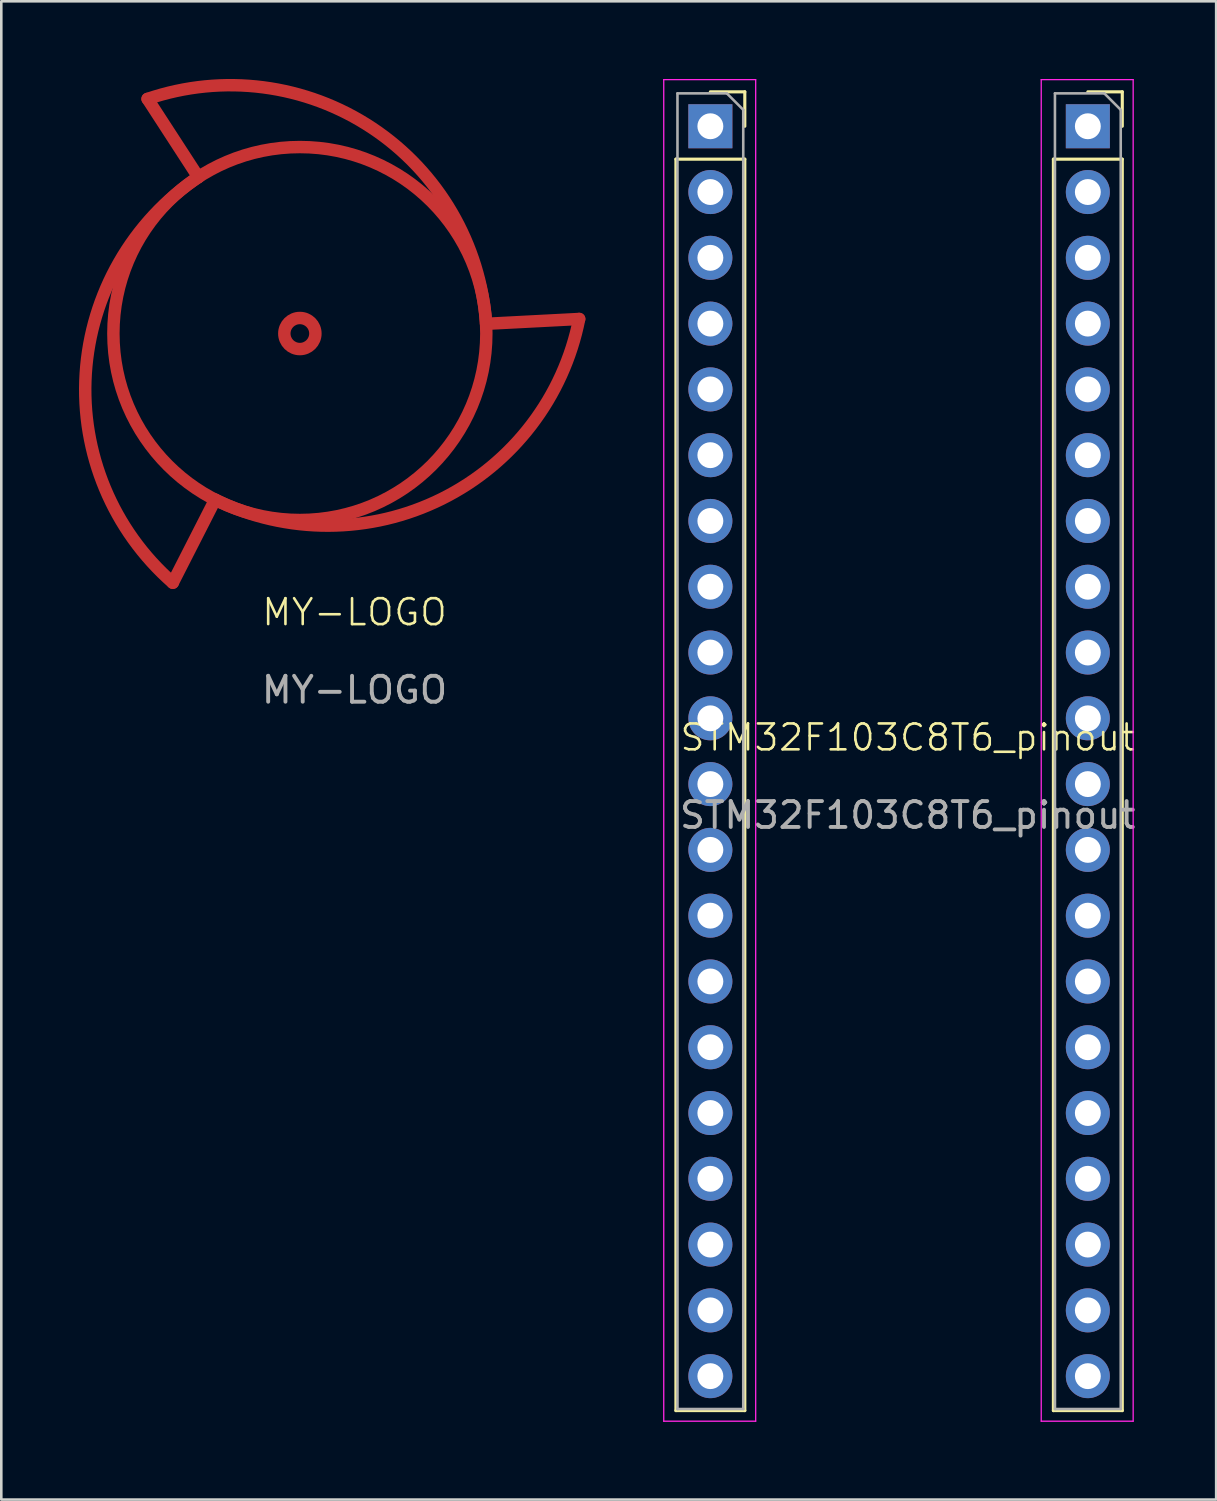
<source format=kicad_pcb>
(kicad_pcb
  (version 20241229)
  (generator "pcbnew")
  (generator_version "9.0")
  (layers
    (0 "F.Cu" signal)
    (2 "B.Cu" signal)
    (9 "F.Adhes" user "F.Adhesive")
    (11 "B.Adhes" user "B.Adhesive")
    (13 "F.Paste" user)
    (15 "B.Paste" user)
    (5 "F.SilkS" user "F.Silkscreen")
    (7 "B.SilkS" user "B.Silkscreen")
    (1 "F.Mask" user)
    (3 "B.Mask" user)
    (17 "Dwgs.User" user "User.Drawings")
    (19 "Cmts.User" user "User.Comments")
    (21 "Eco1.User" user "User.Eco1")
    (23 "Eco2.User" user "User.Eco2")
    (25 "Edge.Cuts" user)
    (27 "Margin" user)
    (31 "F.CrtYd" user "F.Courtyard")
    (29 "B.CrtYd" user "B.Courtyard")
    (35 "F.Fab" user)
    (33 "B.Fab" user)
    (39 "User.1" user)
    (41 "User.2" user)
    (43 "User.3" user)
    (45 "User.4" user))
  (footprint "MY-LOGO"
    (layer "F.Cu")
    (at 10.638 21.089)
    (property "Reference" "MY-LOGO" (at 0 -0.5 0) (unlocked yes) (layer "F.SilkS") (effects (font (size 1 1) (thickness 0.1))))
    (fp_line (start -7.99 -20.32) (end -6.03 -17.3) (stroke (width 0.48) (type solid)) (layer "F.Cu"))
    (fp_line (start -7.016 -1.639) (end -5.381 -4.846) (stroke (width 0.48) (type solid)) (layer "F.Cu"))
    (fp_line (start 8.675 -11.823) (end 5.08 -11.636) (stroke (width 0.48) (type solid)) (layer "F.Cu"))
    (fp_arc (start -7.989794 -20.32) (mid 0.682804 -19.194899) (end 5.08 -11.635503) (stroke (width 0.48) (type solid)) (layer "F.Cu"))
    (fp_arc (start -7.01604 -1.639213) (mid -10.377973 -9.712453) (end -6.029942 -17.300235) (stroke (width 0.48) (type solid)) (layer "F.Cu"))
    (fp_arc (start 8.675119 -11.822902) (mid 3.364454 -4.874762) (end -5.380773 -4.846377) (stroke (width 0.48) (type solid)) (layer "F.Cu"))
    (fp_circle (center -2.11 -11.261) (end -1.51 -11.261) (stroke (width 0.48) (type solid)) (fill no) (layer "F.Cu"))
    (fp_circle (center -2.11 -11.261) (end 5.09 -11.261) (stroke (width 0.48) (type solid)) (fill no) (layer "F.Cu"))
    (fp_line (start -7.99 -20.32) (end -6.03 -17.3) (stroke (width 0.48) (type solid)) (layer "F.Mask"))
    (fp_line (start -7.016 -1.639) (end -5.381 -4.846) (stroke (width 0.48) (type solid)) (layer "F.Mask"))
    (fp_line (start 8.675 -11.823) (end 5.08 -11.636) (stroke (width 0.48) (type solid)) (layer "F.Mask"))
    (fp_arc (start -7.989794 -20.32) (mid 0.682804 -19.194899) (end 5.08 -11.635503) (stroke (width 0.48) (type solid)) (layer "F.Mask"))
    (fp_arc (start -7.01604 -1.639213) (mid -10.377973 -9.712453) (end -6.029942 -17.300235) (stroke (width 0.48) (type solid)) (layer "F.Mask"))
    (fp_arc (start 8.675119 -11.822902) (mid 3.364454 -4.874762) (end -5.380773 -4.846377) (stroke (width 0.48) (type solid)) (layer "F.Mask"))
    (fp_circle (center -2.11 -11.261) (end -1.51 -11.261) (stroke (width 0.48) (type solid)) (fill no) (layer "F.Mask"))
    (fp_circle (center -2.11 -11.261) (end 5.09 -11.261) (stroke (width 0.48) (type solid)) (fill no) (layer "F.Mask"))
    (fp_text user "${REFERENCE}" (at 0 2.5 0) (unlocked yes) (layer "F.Fab") (effects (font (size 1 1) (thickness 0.15)))))
  (footprint "STM32F103C8T6_pinout"
    (layer "F.Cu")
    (at 31.998 25.425)
    (property "Reference" "STM32F103C8T6_pinout" (at 0 0 0) (unlocked yes) (layer "F.SilkS") (effects (font (size 1 1) (thickness 0.1))))
    (attr through_hole)
    (fp_line (start -8.95 -22.33) (end -8.95 25.99) (stroke (width 0.12) (type solid)) (layer "F.SilkS"))
    (fp_line (start -8.95 -22.33) (end -6.29 -22.33) (stroke (width 0.12) (type solid)) (layer "F.SilkS"))
    (fp_line (start -8.95 25.99) (end -6.29 25.99) (stroke (width 0.12) (type solid)) (layer "F.SilkS"))
    (fp_line (start -7.62 -24.93) (end -6.29 -24.93) (stroke (width 0.12) (type solid)) (layer "F.SilkS"))
    (fp_line (start -6.29 -24.93) (end -6.29 -23.6) (stroke (width 0.12) (type solid)) (layer "F.SilkS"))
    (fp_line (start -6.29 -22.33) (end -6.29 25.99) (stroke (width 0.12) (type solid)) (layer "F.SilkS"))
    (fp_line (start 5.625 -22.33) (end 5.625 25.99) (stroke (width 0.12) (type solid)) (layer "F.SilkS"))
    (fp_line (start 5.625 -22.33) (end 8.285 -22.33) (stroke (width 0.12) (type solid)) (layer "F.SilkS"))
    (fp_line (start 5.625 25.99) (end 8.285 25.99) (stroke (width 0.12) (type solid)) (layer "F.SilkS"))
    (fp_line (start 6.955 -24.93) (end 8.285 -24.93) (stroke (width 0.12) (type solid)) (layer "F.SilkS"))
    (fp_line (start 8.285 -24.93) (end 8.285 -23.6) (stroke (width 0.12) (type solid)) (layer "F.SilkS"))
    (fp_line (start 8.285 -22.33) (end 8.285 25.99) (stroke (width 0.12) (type solid)) (layer "F.SilkS"))
    (fp_line (start -9.42 -25.4) (end -5.87 -25.4) (stroke (width 0.05) (type solid)) (layer "F.CrtYd"))
    (fp_line (start -9.42 26.4) (end -9.42 -25.4) (stroke (width 0.05) (type solid)) (layer "F.CrtYd"))
    (fp_line (start -5.87 -25.4) (end -5.87 26.4) (stroke (width 0.05) (type solid)) (layer "F.CrtYd"))
    (fp_line (start -5.87 26.4) (end -9.42 26.4) (stroke (width 0.05) (type solid)) (layer "F.CrtYd"))
    (fp_line (start 5.155 -25.4) (end 8.705 -25.4) (stroke (width 0.05) (type solid)) (layer "F.CrtYd"))
    (fp_line (start 5.155 26.4) (end 5.155 -25.4) (stroke (width 0.05) (type solid)) (layer "F.CrtYd"))
    (fp_line (start 8.705 -25.4) (end 8.705 26.4) (stroke (width 0.05) (type solid)) (layer "F.CrtYd"))
    (fp_line (start 8.705 26.4) (end 5.155 26.4) (stroke (width 0.05) (type solid)) (layer "F.CrtYd"))
    (fp_line (start -8.89 -24.87) (end -6.985 -24.87) (stroke (width 0.1) (type solid)) (layer "F.Fab"))
    (fp_line (start -8.89 25.93) (end -8.89 -24.87) (stroke (width 0.1) (type solid)) (layer "F.Fab"))
    (fp_line (start -6.985 -24.87) (end -6.35 -24.235) (stroke (width 0.1) (type solid)) (layer "F.Fab"))
    (fp_line (start -6.35 -24.235) (end -6.35 25.93) (stroke (width 0.1) (type solid)) (layer "F.Fab"))
    (fp_line (start -6.35 25.93) (end -8.89 25.93) (stroke (width 0.1) (type solid)) (layer "F.Fab"))
    (fp_line (start 5.685 -24.87) (end 7.59 -24.87) (stroke (width 0.1) (type solid)) (layer "F.Fab"))
    (fp_line (start 5.685 25.93) (end 5.685 -24.87) (stroke (width 0.1) (type solid)) (layer "F.Fab"))
    (fp_line (start 7.59 -24.87) (end 8.225 -24.235) (stroke (width 0.1) (type solid)) (layer "F.Fab"))
    (fp_line (start 8.225 -24.235) (end 8.225 25.93) (stroke (width 0.1) (type solid)) (layer "F.Fab"))
    (fp_line (start 8.225 25.93) (end 5.685 25.93) (stroke (width 0.1) (type solid)) (layer "F.Fab"))
    (fp_text user "${REFERENCE}" (at 0 3 0) (unlocked yes) (layer "F.Fab") (effects (font (size 1 1) (thickness 0.15))))
    (pad "1" thru_hole oval (at 6.955 24.66) (size 1.7 1.7) (drill 1) (layers "*.Cu" "*.Mask"))
    (pad "2" thru_hole oval (at 6.955 22.12) (size 1.7 1.7) (drill 1) (layers "*.Cu" "*.Mask"))
    (pad "3" thru_hole oval (at 6.955 19.58) (size 1.7 1.7) (drill 1) (layers "*.Cu" "*.Mask"))
    (pad "4" thru_hole oval (at 6.955 17.04) (size 1.7 1.7) (drill 1) (layers "*.Cu" "*.Mask"))
    (pad "5" thru_hole oval (at -7.62 24.66) (size 1.7 1.7) (drill 1) (layers "*.Cu" "*.Mask"))
    (pad "6" thru_hole oval (at 6.955 -18.52) (size 1.7 1.7) (drill 1) (layers "*.Cu" "*.Mask"))
    (pad "7" thru_hole oval (at 6.955 -15.98) (size 1.7 1.7) (drill 1) (layers "*.Cu" "*.Mask"))
    (pad "8" thru_hole oval (at -7.62 19.58) (size 1.7 1.7) (drill 1) (layers "*.Cu" "*.Mask"))
    (pad "9" thru_hole oval (at -7.62 22.12) (size 1.7 1.7) (drill 1) (layers "*.Cu" "*.Mask"))
    (pad "10" thru_hole oval (at 6.955 14.5) (size 1.7 1.7) (drill 1) (layers "*.Cu" "*.Mask"))
    (pad "11" thru_hole oval (at 6.955 11.96) (size 1.7 1.7) (drill 1) (layers "*.Cu" "*.Mask"))
    (pad "12" thru_hole oval (at 6.955 9.42) (size 1.7 1.7) (drill 1) (layers "*.Cu" "*.Mask"))
    (pad "13" thru_hole oval (at 6.955 6.88) (size 1.7 1.7) (drill 1) (layers "*.Cu" "*.Mask"))
    (pad "14" thru_hole oval (at 6.955 4.34) (size 1.7 1.7) (drill 1) (layers "*.Cu" "*.Mask"))
    (pad "15" thru_hole oval (at 6.955 1.8) (size 1.7 1.7) (drill 1) (layers "*.Cu" "*.Mask"))
    (pad "16" thru_hole oval (at 6.955 -0.74) (size 1.7 1.7) (drill 1) (layers "*.Cu" "*.Mask"))
    (pad "17" thru_hole oval (at 6.955 -3.28) (size 1.7 1.7) (drill 1) (layers "*.Cu" "*.Mask"))
    (pad "18" thru_hole oval (at 6.955 -5.82) (size 1.7 1.7) (drill 1) (layers "*.Cu" "*.Mask"))
    (pad "19" thru_hole oval (at 6.955 -8.36) (size 1.7 1.7) (drill 1) (layers "*.Cu" "*.Mask"))
    (pad "20" thru_hole oval (at 6.955 -21.06) (size 1.7 1.7) (drill 1) (layers "*.Cu" "*.Mask"))
    (pad "21" thru_hole oval (at 6.955 -10.9) (size 1.7 1.7) (drill 1) (layers "*.Cu" "*.Mask"))
    (pad "22" thru_hole oval (at 6.955 -13.44) (size 1.7 1.7) (drill 1) (layers "*.Cu" "*.Mask"))
    (pad "23" thru_hole rect (at 6.955 -23.6) (size 1.7 1.7) (drill 1) (layers "*.Cu" "*.Mask"))
    (pad "25" thru_hole rect (at -7.62 -23.6) (size 1.7 1.7) (drill 1) (layers "*.Cu" "*.Mask"))
    (pad "26" thru_hole oval (at -7.62 -21.06) (size 1.7 1.7) (drill 1) (layers "*.Cu" "*.Mask"))
    (pad "27" thru_hole oval (at -7.62 -18.52) (size 1.7 1.7) (drill 1) (layers "*.Cu" "*.Mask"))
    (pad "28" thru_hole oval (at -7.62 -15.98) (size 1.7 1.7) (drill 1) (layers "*.Cu" "*.Mask"))
    (pad "29" thru_hole oval (at -7.62 -13.44) (size 1.7 1.7) (drill 1) (layers "*.Cu" "*.Mask"))
    (pad "30" thru_hole oval (at -7.62 -10.9) (size 1.7 1.7) (drill 1) (layers "*.Cu" "*.Mask"))
    (pad "31" thru_hole oval (at -7.62 -8.36) (size 1.7 1.7) (drill 1) (layers "*.Cu" "*.Mask"))
    (pad "32" thru_hole oval (at -7.62 -5.82) (size 1.7 1.7) (drill 1) (layers "*.Cu" "*.Mask"))
    (pad "33" thru_hole oval (at -7.62 -3.28) (size 1.7 1.7) (drill 1) (layers "*.Cu" "*.Mask"))
    (pad "38" thru_hole oval (at -7.62 -0.74) (size 1.7 1.7) (drill 1) (layers "*.Cu" "*.Mask"))
    (pad "39" thru_hole oval (at -7.62 1.8) (size 1.7 1.7) (drill 1) (layers "*.Cu" "*.Mask"))
    (pad "40" thru_hole oval (at -7.62 4.34) (size 1.7 1.7) (drill 1) (layers "*.Cu" "*.Mask"))
    (pad "41" thru_hole oval (at -7.62 6.88) (size 1.7 1.7) (drill 1) (layers "*.Cu" "*.Mask"))
    (pad "42" thru_hole oval (at -7.62 9.42) (size 1.7 1.7) (drill 1) (layers "*.Cu" "*.Mask"))
    (pad "43" thru_hole oval (at -7.62 11.96) (size 1.7 1.7) (drill 1) (layers "*.Cu" "*.Mask"))
    (pad "45" thru_hole oval (at -7.62 14.5) (size 1.7 1.7) (drill 1) (layers "*.Cu" "*.Mask"))
    (pad "46" thru_hole oval (at -7.62 17.04) (size 1.7 1.7) (drill 1) (layers "*.Cu" "*.Mask")))
  (gr_rect
    (start -3 -3)
    (end 43.908 54.85)
    (stroke (width 0.1) (type default))
    (fill no)
    (layer "Edge.Cuts")))
</source>
